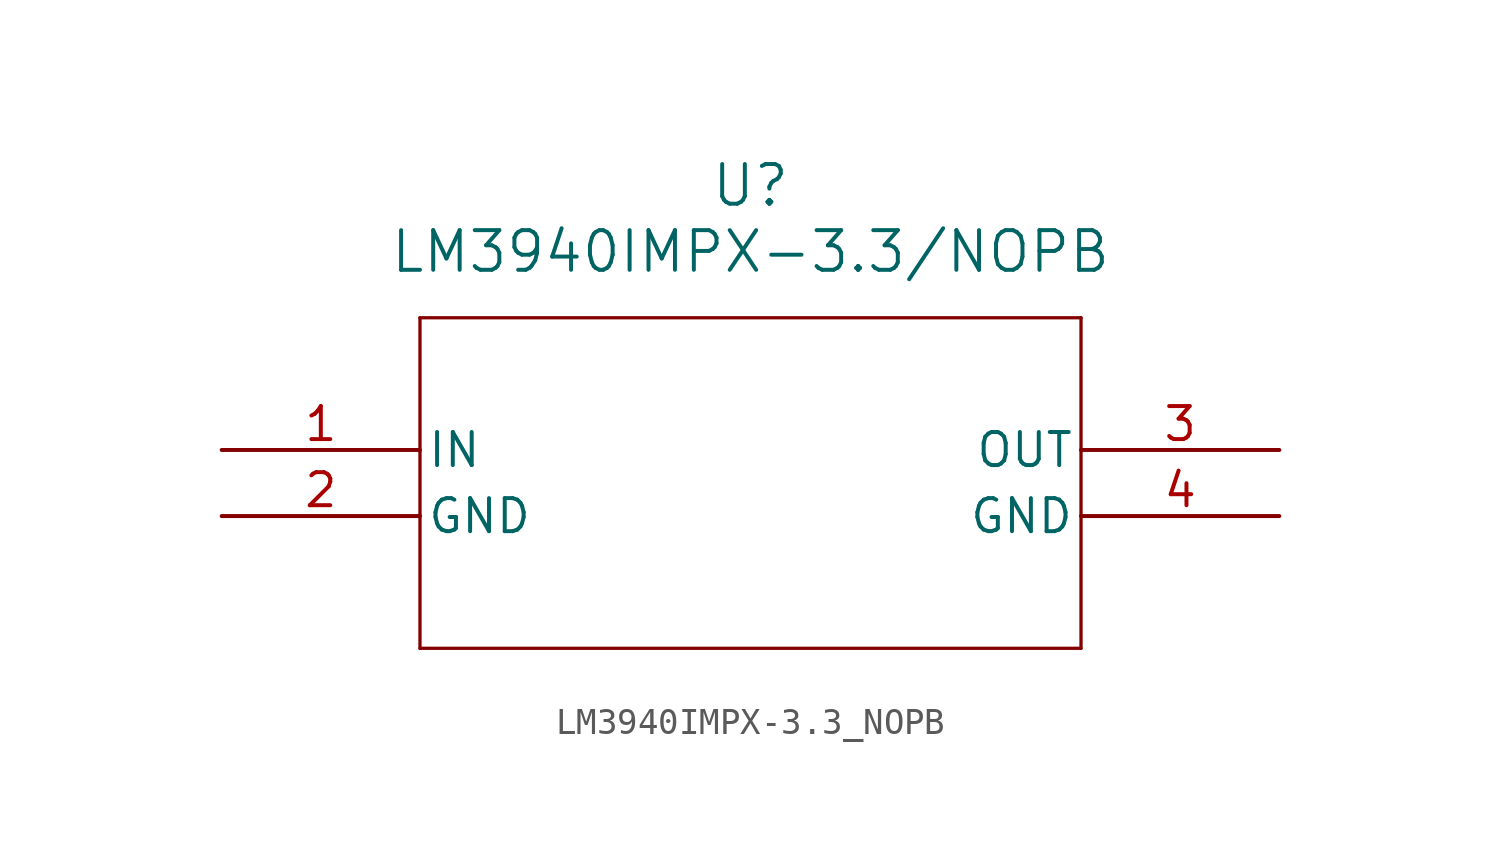
<source format=kicad_sym>
(kicad_symbol_lib
  (version 20211014)
  (generator kicad_symbol_editor)
  (symbol "LM3940IMPX-3.3_NOPB"
    (pin_names
      (offset 0.254))
    (property "Reference" "U"
      (at 20.32 10.16 0)
      (effects (font (size 1.524 1.524))))
    (property "Value" "LM3940IMPX-3.3/NOPB"
      (at 20.32 7.62 0)
      (effects (font (size 1.524 1.524))))
    (symbol "LM3940IMPX-3.3_NOPB_0_1"
      (polyline (pts (xy 7.62 5.08) (xy 7.62 -7.62)) (stroke (width 0.127) (type default) (color 0 0 0 0)) (fill (type none)))
      (polyline (pts (xy 7.62 -7.62) (xy 33.02 -7.62)) (stroke (width 0.127) (type default) (color 0 0 0 0)) (fill (type none)))
      (polyline (pts (xy 33.02 -7.62) (xy 33.02 5.08)) (stroke (width 0.127) (type default) (color 0 0 0 0)) (fill (type none)))
      (polyline (pts (xy 33.02 5.08) (xy 7.62 5.08)) (stroke (width 0.127) (type default) (color 0 0 0 0)) (fill (type none)))
      (pin input line (at 0 0 0) (length 7.62) (name "IN" (effects (font (size 1.27 1.27)))) (number "1" (effects (font (size 1.27 1.27)))))
      (pin passive line (at 0 -2.54 0) (length 7.62) (name "GND" (effects (font (size 1.27 1.27)))) (number "2" (effects (font (size 1.27 1.27)))))
      (pin output line (at 40.64 0 180) (length 7.62) (name "OUT" (effects (font (size 1.27 1.27)))) (number "3" (effects (font (size 1.27 1.27)))))
      (pin passive line (at 40.64 -2.54 180) (length 7.62) (name "GND" (effects (font (size 1.27 1.27)))) (number "4" (effects (font (size 1.27 1.27))))))))
</source>
